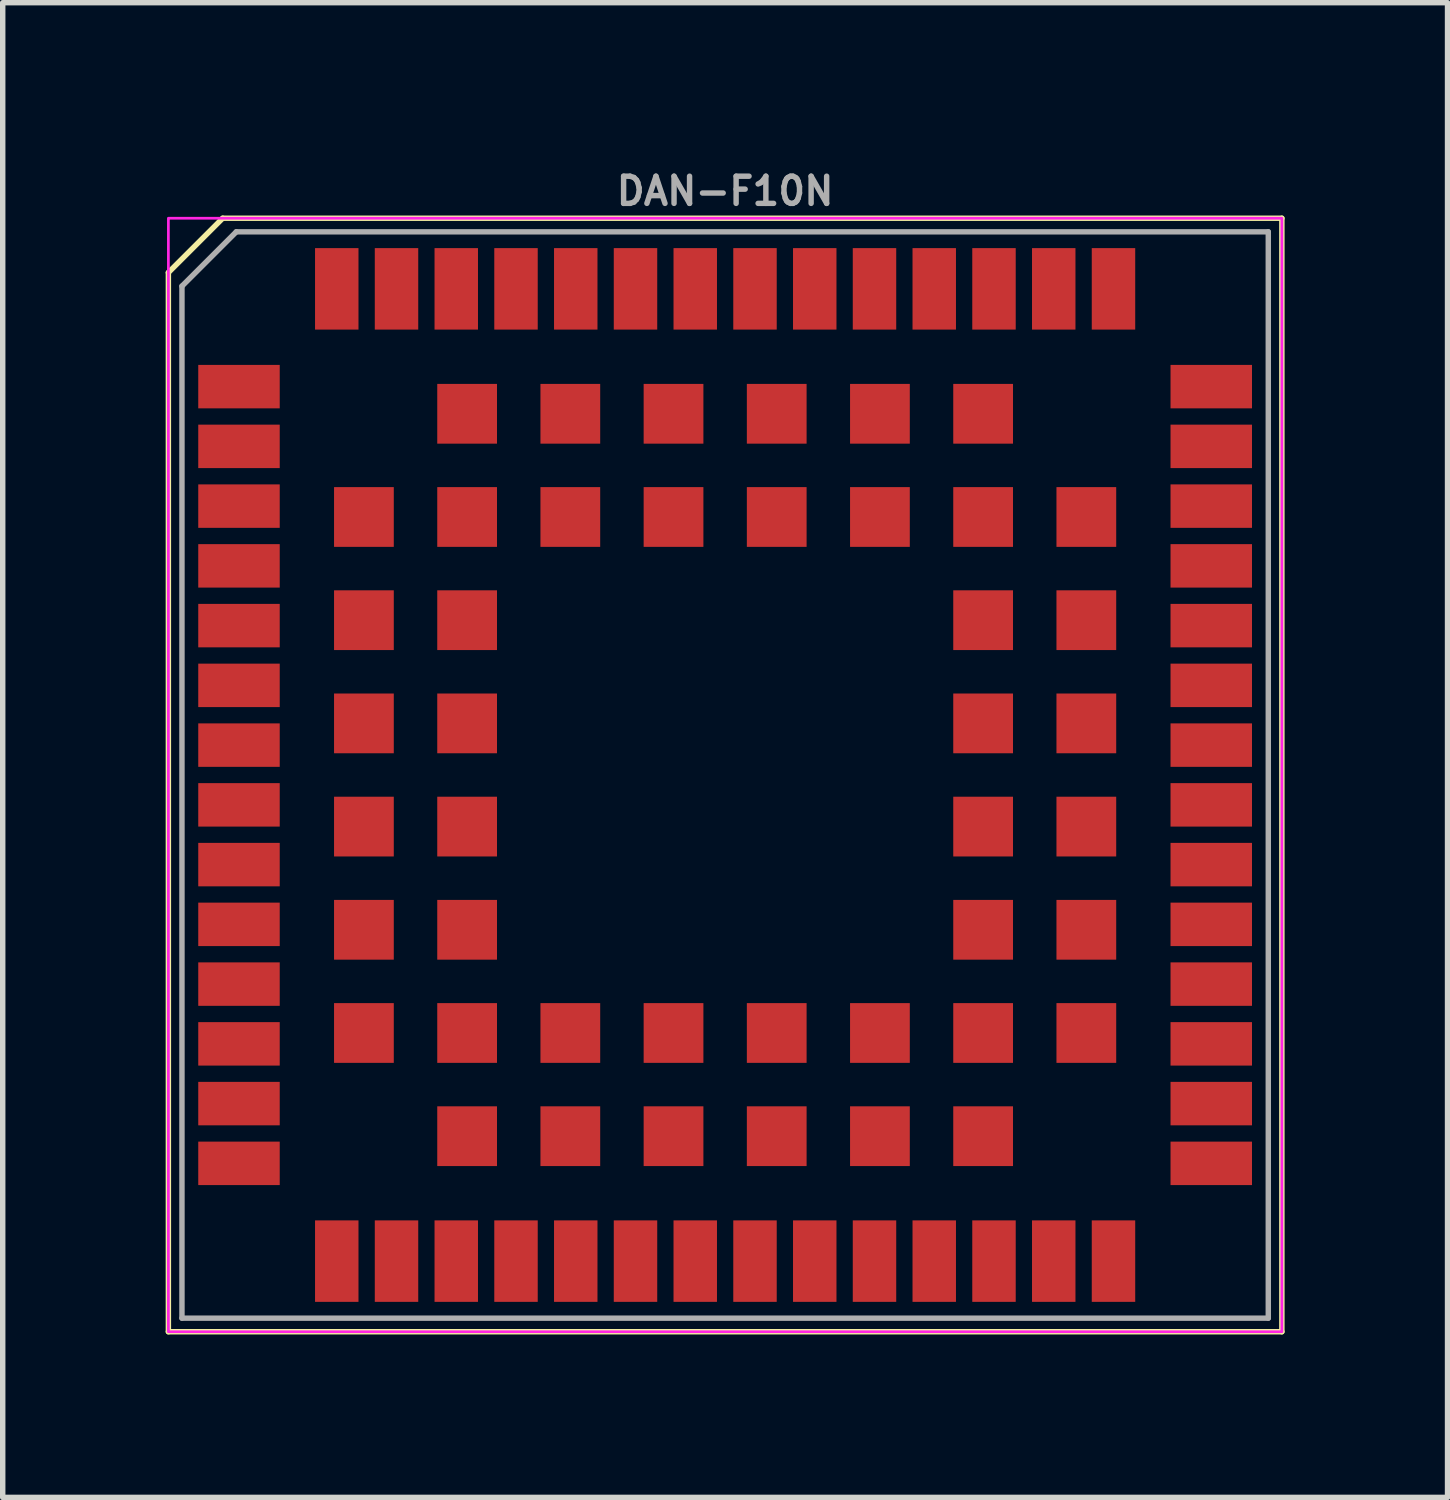
<source format=kicad_pcb>
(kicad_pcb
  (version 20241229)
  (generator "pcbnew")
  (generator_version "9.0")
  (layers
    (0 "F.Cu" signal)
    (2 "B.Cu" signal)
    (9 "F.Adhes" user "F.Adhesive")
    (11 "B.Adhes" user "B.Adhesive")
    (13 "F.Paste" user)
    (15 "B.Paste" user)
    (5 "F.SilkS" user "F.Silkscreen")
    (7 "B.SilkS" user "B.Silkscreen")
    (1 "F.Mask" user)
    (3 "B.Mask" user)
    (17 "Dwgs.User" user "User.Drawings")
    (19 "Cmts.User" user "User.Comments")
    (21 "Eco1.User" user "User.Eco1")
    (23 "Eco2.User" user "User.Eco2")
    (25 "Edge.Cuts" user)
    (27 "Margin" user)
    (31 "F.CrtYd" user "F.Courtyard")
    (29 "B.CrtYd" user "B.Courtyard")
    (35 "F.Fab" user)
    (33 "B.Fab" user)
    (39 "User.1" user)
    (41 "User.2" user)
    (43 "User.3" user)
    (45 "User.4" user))
  (footprint "DAN-F10N"
    (layer "F.Cu")
    (at 10.3 11.218)
    (property "Reference" "DAN-F10N" (at 0 -10.75 0) (layer "F.Fab") (effects (font (size 0.5 0.5) (thickness 0.1))))
    (attr smd)
    (fp_line (start -10.25 -9.25) (end -10.25 10.25) (stroke (width 0.1) (type default)) (layer "F.SilkS"))
    (fp_line (start -10.25 10.25) (end 10.25 10.25) (stroke (width 0.1) (type default)) (layer "F.SilkS"))
    (fp_line (start -9.25 -10.25) (end -10.25 -9.25) (stroke (width 0.1) (type default)) (layer "F.SilkS"))
    (fp_line (start 10.25 -10.25) (end -9.25 -10.25) (stroke (width 0.1) (type default)) (layer "F.SilkS"))
    (fp_line (start 10.25 10.25) (end 10.25 -10.25) (stroke (width 0.1) (type default)) (layer "F.SilkS"))
    (fp_rect (start -10.25 -10.25) (end 10.25 10.25) (stroke (width 0.05) (type default)) (fill no) (layer "F.CrtYd"))
    (fp_line (start -10 -9) (end -10 10) (stroke (width 0.1) (type default)) (layer "F.Fab"))
    (fp_line (start -9 -10) (end -10 -9) (stroke (width 0.1) (type default)) (layer "F.Fab"))
    (fp_line (start -9 -10) (end 10 -10) (stroke (width 0.1) (type default)) (layer "F.Fab"))
    (fp_line (start 10 -10) (end 10 10) (stroke (width 0.1) (type default)) (layer "F.Fab"))
    (fp_line (start 10 10) (end -10 10) (stroke (width 0.1) (type default)) (layer "F.Fab"))
    (pad "1" smd rect (at -8.95 -7.15) (size 1.5 0.8) (layers "F.Cu" "F.Mask" "F.Paste"))
    (pad "2" smd rect (at -8.95 -6.05) (size 1.5 0.8) (layers "F.Cu" "F.Mask" "F.Paste"))
    (pad "3" smd rect (at -8.95 -4.95) (size 1.5 0.8) (layers "F.Cu" "F.Mask" "F.Paste"))
    (pad "4" smd rect (at -8.95 -3.85) (size 1.5 0.8) (layers "F.Cu" "F.Mask" "F.Paste"))
    (pad "5" smd rect (at -8.95 -2.75) (size 1.5 0.8) (layers "F.Cu" "F.Mask" "F.Paste"))
    (pad "6" smd rect (at -8.95 -1.65) (size 1.5 0.8) (layers "F.Cu" "F.Mask" "F.Paste"))
    (pad "7" smd rect (at -8.95 -0.55) (size 1.5 0.8) (layers "F.Cu" "F.Mask" "F.Paste"))
    (pad "8" smd rect (at -8.95 0.55) (size 1.5 0.8) (layers "F.Cu" "F.Mask" "F.Paste"))
    (pad "9" smd rect (at -8.95 1.65) (size 1.5 0.8) (layers "F.Cu" "F.Mask" "F.Paste"))
    (pad "10" smd rect (at -8.95 2.75) (size 1.5 0.8) (layers "F.Cu" "F.Mask" "F.Paste"))
    (pad "11" smd rect (at -8.95 3.85) (size 1.5 0.8) (layers "F.Cu" "F.Mask" "F.Paste"))
    (pad "12" smd rect (at -8.95 4.95) (size 1.5 0.8) (layers "F.Cu" "F.Mask" "F.Paste"))
    (pad "13" smd rect (at -8.95 6.05) (size 1.5 0.8) (layers "F.Cu" "F.Mask" "F.Paste"))
    (pad "14" smd rect (at -8.95 7.15) (size 1.5 0.8) (layers "F.Cu" "F.Mask" "F.Paste"))
    (pad "15" smd rect (at -7.15 8.95 90) (size 1.5 0.8) (layers "F.Cu" "F.Mask" "F.Paste"))
    (pad "16" smd rect (at -6.05 8.95 90) (size 1.5 0.8) (layers "F.Cu" "F.Mask" "F.Paste"))
    (pad "17" smd rect (at -4.95 8.95 90) (size 1.5 0.8) (layers "F.Cu" "F.Mask" "F.Paste"))
    (pad "18" smd rect (at -3.85 8.95 90) (size 1.5 0.8) (layers "F.Cu" "F.Mask" "F.Paste"))
    (pad "19" smd rect (at -2.75 8.95 90) (size 1.5 0.8) (layers "F.Cu" "F.Mask" "F.Paste"))
    (pad "20" smd rect (at -1.65 8.95 90) (size 1.5 0.8) (layers "F.Cu" "F.Mask" "F.Paste"))
    (pad "21" smd rect (at -0.55 8.95 90) (size 1.5 0.8) (layers "F.Cu" "F.Mask" "F.Paste"))
    (pad "22" smd rect (at 0.55 8.95 90) (size 1.5 0.8) (layers "F.Cu" "F.Mask" "F.Paste"))
    (pad "23" smd rect (at 1.65 8.95 90) (size 1.5 0.8) (layers "F.Cu" "F.Mask" "F.Paste"))
    (pad "24" smd rect (at 2.75 8.95 90) (size 1.5 0.8) (layers "F.Cu" "F.Mask" "F.Paste"))
    (pad "25" smd rect (at 3.85 8.95 90) (size 1.5 0.8) (layers "F.Cu" "F.Mask" "F.Paste"))
    (pad "26" smd rect (at 4.95 8.95 90) (size 1.5 0.8) (layers "F.Cu" "F.Mask" "F.Paste"))
    (pad "27" smd rect (at 6.05 8.95 90) (size 1.5 0.8) (layers "F.Cu" "F.Mask" "F.Paste"))
    (pad "28" smd rect (at 7.15 8.95 90) (size 1.5 0.8) (layers "F.Cu" "F.Mask" "F.Paste"))
    (pad "29" smd rect (at 8.95 7.15 180) (size 1.5 0.8) (layers "F.Cu" "F.Mask" "F.Paste"))
    (pad "30" smd rect (at 8.95 6.05 180) (size 1.5 0.8) (layers "F.Cu" "F.Mask" "F.Paste"))
    (pad "31" smd rect (at 8.95 4.95 180) (size 1.5 0.8) (layers "F.Cu" "F.Mask" "F.Paste"))
    (pad "32" smd rect (at 8.95 3.85 180) (size 1.5 0.8) (layers "F.Cu" "F.Mask" "F.Paste"))
    (pad "33" smd rect (at 8.95 2.75 180) (size 1.5 0.8) (layers "F.Cu" "F.Mask" "F.Paste"))
    (pad "34" smd rect (at 8.95 1.65 180) (size 1.5 0.8) (layers "F.Cu" "F.Mask" "F.Paste"))
    (pad "35" smd rect (at 8.95 0.55 180) (size 1.5 0.8) (layers "F.Cu" "F.Mask" "F.Paste"))
    (pad "36" smd rect (at 8.95 -0.55 180) (size 1.5 0.8) (layers "F.Cu" "F.Mask" "F.Paste"))
    (pad "37" smd rect (at 8.95 -1.65 180) (size 1.5 0.8) (layers "F.Cu" "F.Mask" "F.Paste"))
    (pad "38" smd rect (at 8.95 -2.75 180) (size 1.5 0.8) (layers "F.Cu" "F.Mask" "F.Paste"))
    (pad "39" smd rect (at 8.95 -3.85 180) (size 1.5 0.8) (layers "F.Cu" "F.Mask" "F.Paste"))
    (pad "40" smd rect (at 8.95 -4.95 180) (size 1.5 0.8) (layers "F.Cu" "F.Mask" "F.Paste"))
    (pad "41" smd rect (at 8.95 -6.05 180) (size 1.5 0.8) (layers "F.Cu" "F.Mask" "F.Paste"))
    (pad "42" smd rect (at 8.95 -7.15 180) (size 1.5 0.8) (layers "F.Cu" "F.Mask" "F.Paste"))
    (pad "43" smd rect (at 7.15 -8.95 270) (size 1.5 0.8) (layers "F.Cu" "F.Mask" "F.Paste"))
    (pad "44" smd rect (at 6.05 -8.95 270) (size 1.5 0.8) (layers "F.Cu" "F.Mask" "F.Paste"))
    (pad "45" smd rect (at 4.95 -8.95 270) (size 1.5 0.8) (layers "F.Cu" "F.Mask" "F.Paste"))
    (pad "46" smd rect (at 3.85 -8.95 270) (size 1.5 0.8) (layers "F.Cu" "F.Mask" "F.Paste"))
    (pad "47" smd rect (at 2.75 -8.95 270) (size 1.5 0.8) (layers "F.Cu" "F.Mask" "F.Paste"))
    (pad "48" smd rect (at 1.65 -8.95 270) (size 1.5 0.8) (layers "F.Cu" "F.Mask" "F.Paste"))
    (pad "49" smd rect (at 0.55 -8.95 270) (size 1.5 0.8) (layers "F.Cu" "F.Mask" "F.Paste"))
    (pad "50" smd rect (at -0.55 -8.95 270) (size 1.5 0.8) (layers "F.Cu" "F.Mask" "F.Paste"))
    (pad "51" smd rect (at -1.65 -8.95 270) (size 1.5 0.8) (layers "F.Cu" "F.Mask" "F.Paste"))
    (pad "52" smd rect (at -2.75 -8.95 270) (size 1.5 0.8) (layers "F.Cu" "F.Mask" "F.Paste"))
    (pad "53" smd rect (at -3.85 -8.95 270) (size 1.5 0.8) (layers "F.Cu" "F.Mask" "F.Paste"))
    (pad "54" smd rect (at -4.95 -8.95 270) (size 1.5 0.8) (layers "F.Cu" "F.Mask" "F.Paste"))
    (pad "55" smd rect (at -6.05 -8.95 270) (size 1.5 0.8) (layers "F.Cu" "F.Mask" "F.Paste"))
    (pad "56" smd rect (at -7.15 -8.95 270) (size 1.5 0.8) (layers "F.Cu" "F.Mask" "F.Paste"))
    (pad "57" smd rect (at -6.65 -4.75 90) (size 1.1 1.1) (layers "F.Cu" "F.Mask" "F.Paste"))
    (pad "57" smd rect (at -6.65 -2.85 180) (size 1.1 1.1) (layers "F.Cu" "F.Mask" "F.Paste"))
    (pad "57" smd rect (at -6.65 -0.95 180) (size 1.1 1.1) (layers "F.Cu" "F.Mask" "F.Paste"))
    (pad "57" smd rect (at -6.65 0.95 180) (size 1.1 1.1) (layers "F.Cu" "F.Mask" "F.Paste"))
    (pad "57" smd rect (at -6.65 2.85 180) (size 1.1 1.1) (layers "F.Cu" "F.Mask" "F.Paste"))
    (pad "57" smd rect (at -6.65 4.75 270) (size 1.1 1.1) (layers "F.Cu" "F.Mask" "F.Paste"))
    (pad "57" smd rect (at -4.75 -6.65 180) (size 1.1 1.1) (layers "F.Cu" "F.Mask" "F.Paste"))
    (pad "57" smd rect (at -4.75 -4.75 90) (size 1.1 1.1) (layers "F.Cu" "F.Mask" "F.Paste"))
    (pad "57" smd rect (at -4.75 -2.85 180) (size 1.1 1.1) (layers "F.Cu" "F.Mask" "F.Paste"))
    (pad "57" smd rect (at -4.75 -0.95 180) (size 1.1 1.1) (layers "F.Cu" "F.Mask" "F.Paste"))
    (pad "57" smd rect (at -4.75 0.95 180) (size 1.1 1.1) (layers "F.Cu" "F.Mask" "F.Paste"))
    (pad "57" smd rect (at -4.75 2.85 180) (size 1.1 1.1) (layers "F.Cu" "F.Mask" "F.Paste"))
    (pad "57" smd rect (at -4.75 4.75 180) (size 1.1 1.1) (layers "F.Cu" "F.Mask" "F.Paste"))
    (pad "57" smd rect (at -4.75 6.65 180) (size 1.1 1.1) (layers "F.Cu" "F.Mask" "F.Paste"))
    (pad "57" smd rect (at -2.85 -6.65 90) (size 1.1 1.1) (layers "F.Cu" "F.Mask" "F.Paste"))
    (pad "57" smd rect (at -2.85 -4.75 90) (size 1.1 1.1) (layers "F.Cu" "F.Mask" "F.Paste"))
    (pad "57" smd rect (at -2.85 4.75 270) (size 1.1 1.1) (layers "F.Cu" "F.Mask" "F.Paste"))
    (pad "57" smd rect (at -2.85 6.65 270) (size 1.1 1.1) (layers "F.Cu" "F.Mask" "F.Paste"))
    (pad "57" smd rect (at -0.95 -6.65 90) (size 1.1 1.1) (layers "F.Cu" "F.Mask" "F.Paste"))
    (pad "57" smd rect (at -0.95 -4.75 90) (size 1.1 1.1) (layers "F.Cu" "F.Mask" "F.Paste"))
    (pad "57" smd rect (at -0.95 4.75 270) (size 1.1 1.1) (layers "F.Cu" "F.Mask" "F.Paste"))
    (pad "57" smd rect (at -0.95 6.65 270) (size 1.1 1.1) (layers "F.Cu" "F.Mask" "F.Paste"))
    (pad "57" smd rect (at 0.95 -6.65 90) (size 1.1 1.1) (layers "F.Cu" "F.Mask" "F.Paste"))
    (pad "57" smd rect (at 0.95 -4.75 90) (size 1.1 1.1) (layers "F.Cu" "F.Mask" "F.Paste"))
    (pad "57" smd rect (at 0.95 4.75 270) (size 1.1 1.1) (layers "F.Cu" "F.Mask" "F.Paste"))
    (pad "57" smd rect (at 0.95 6.65 270) (size 1.1 1.1) (layers "F.Cu" "F.Mask" "F.Paste"))
    (pad "57" smd rect (at 2.85 -6.65 90) (size 1.1 1.1) (layers "F.Cu" "F.Mask" "F.Paste"))
    (pad "57" smd rect (at 2.85 -4.75 90) (size 1.1 1.1) (layers "F.Cu" "F.Mask" "F.Paste"))
    (pad "57" smd rect (at 2.85 4.75 270) (size 1.1 1.1) (layers "F.Cu" "F.Mask" "F.Paste"))
    (pad "57" smd rect (at 2.85 6.65 270) (size 1.1 1.1) (layers "F.Cu" "F.Mask" "F.Paste"))
    (pad "57" smd rect (at 4.75 -6.65) (size 1.1 1.1) (layers "F.Cu" "F.Mask" "F.Paste"))
    (pad "57" smd rect (at 4.75 -4.75) (size 1.1 1.1) (layers "F.Cu" "F.Mask" "F.Paste"))
    (pad "57" smd rect (at 4.75 -2.85) (size 1.1 1.1) (layers "F.Cu" "F.Mask" "F.Paste"))
    (pad "57" smd rect (at 4.75 -0.95) (size 1.1 1.1) (layers "F.Cu" "F.Mask" "F.Paste"))
    (pad "57" smd rect (at 4.75 0.95) (size 1.1 1.1) (layers "F.Cu" "F.Mask" "F.Paste"))
    (pad "57" smd rect (at 4.75 2.85) (size 1.1 1.1) (layers "F.Cu" "F.Mask" "F.Paste"))
    (pad "57" smd rect (at 4.75 4.75) (size 1.1 1.1) (layers "F.Cu" "F.Mask" "F.Paste"))
    (pad "57" smd rect (at 4.75 6.65) (size 1.1 1.1) (layers "F.Cu" "F.Mask" "F.Paste"))
    (pad "57" smd rect (at 6.65 -4.75 90) (size 1.1 1.1) (layers "F.Cu" "F.Mask" "F.Paste"))
    (pad "57" smd rect (at 6.65 -2.85) (size 1.1 1.1) (layers "F.Cu" "F.Mask" "F.Paste"))
    (pad "57" smd rect (at 6.65 -0.95) (size 1.1 1.1) (layers "F.Cu" "F.Mask" "F.Paste"))
    (pad "57" smd rect (at 6.65 0.95) (size 1.1 1.1) (layers "F.Cu" "F.Mask" "F.Paste"))
    (pad "57" smd rect (at 6.65 2.85) (size 1.1 1.1) (layers "F.Cu" "F.Mask" "F.Paste"))
    (pad "57" smd rect (at 6.65 4.75) (size 1.1 1.1) (layers "F.Cu" "F.Mask" "F.Paste")))
  (gr_rect
    (start -3 -3)
    (end 23.6 24.518)
    (stroke (width 0.1) (type default))
    (fill no)
    (layer "Edge.Cuts")))
</source>
